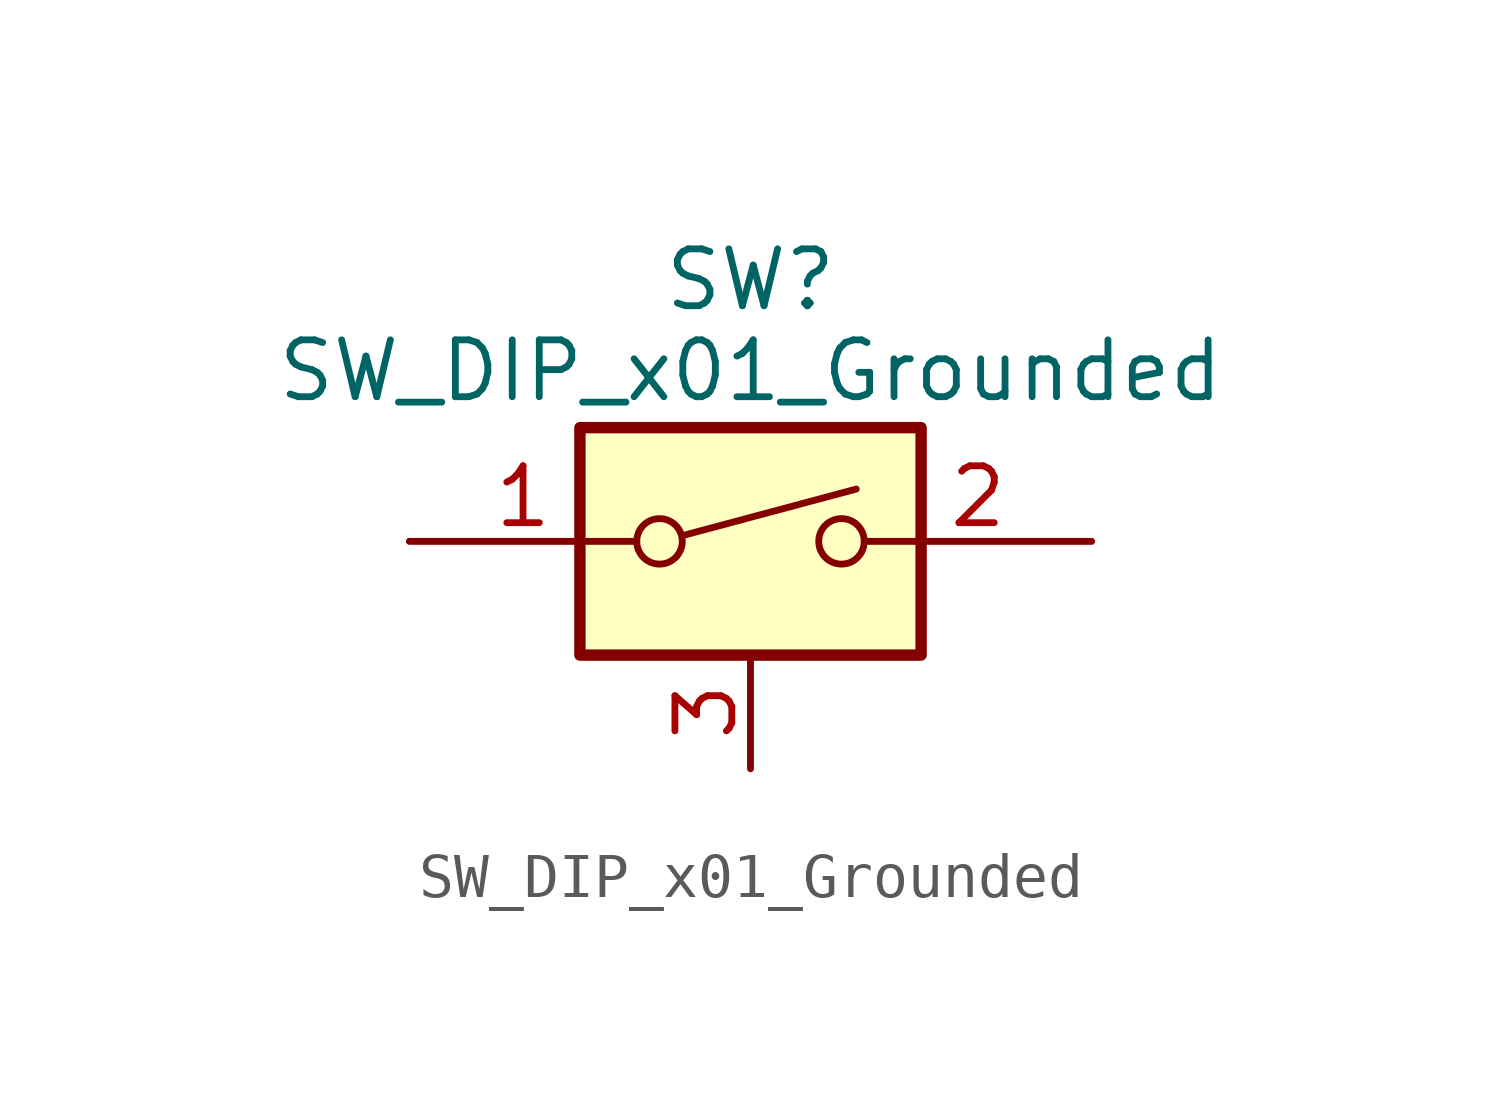
<source format=kicad_sym>
(kicad_symbol_lib
  (version 20231120)
  (generator "kicad_symbol_editor")
  (generator_version "8.0")
  (symbol "SW_DIP_x01_Grounded"
    (pin_names
      (offset 0) hide)
    (property "Reference" "SW"
      (at 0 5.842 0)
      (effects (font (size 1.27 1.27))))
    (property "Value" "SW_DIP_x01_Grounded"
      (at 0 3.81 0)
      (effects (font (size 1.27 1.27))))
    (symbol "SW_DIP_x01_Grounded_0_0"
      (circle (center -2.032 0) (radius 0.508) (stroke (width 0) (type default)) (fill (type none)))
      (polyline (pts (xy -1.524 0.127) (xy 2.362 1.168)) (stroke (width 0) (type default)) (fill (type none)))
      (circle (center 2.032 0) (radius 0.508) (stroke (width 0) (type default)) (fill (type none))))
    (symbol "SW_DIP_x01_Grounded_0_1"
      (rectangle (start -3.81 2.54) (end 3.81 -2.54) (stroke (width 0.254) (type default)) (fill (type background))))
    (symbol "SW_DIP_x01_Grounded_1_1"
      (pin passive line (at -7.62 0 0) (length 5.08) (name "~" (effects (font (size 1.27 1.27)))) (number "1" (effects (font (size 1.27 1.27)))))
      (pin passive line (at 7.62 0 180) (length 5.08) (name "~" (effects (font (size 1.27 1.27)))) (number "2" (effects (font (size 1.27 1.27)))))
      (pin power_in line (at 0 -5.08 90) (length 2.54) (name "GND" (effects (font (size 1.27 1.27)))) (number "3" (effects (font (size 1.27 1.27))))))))
</source>
